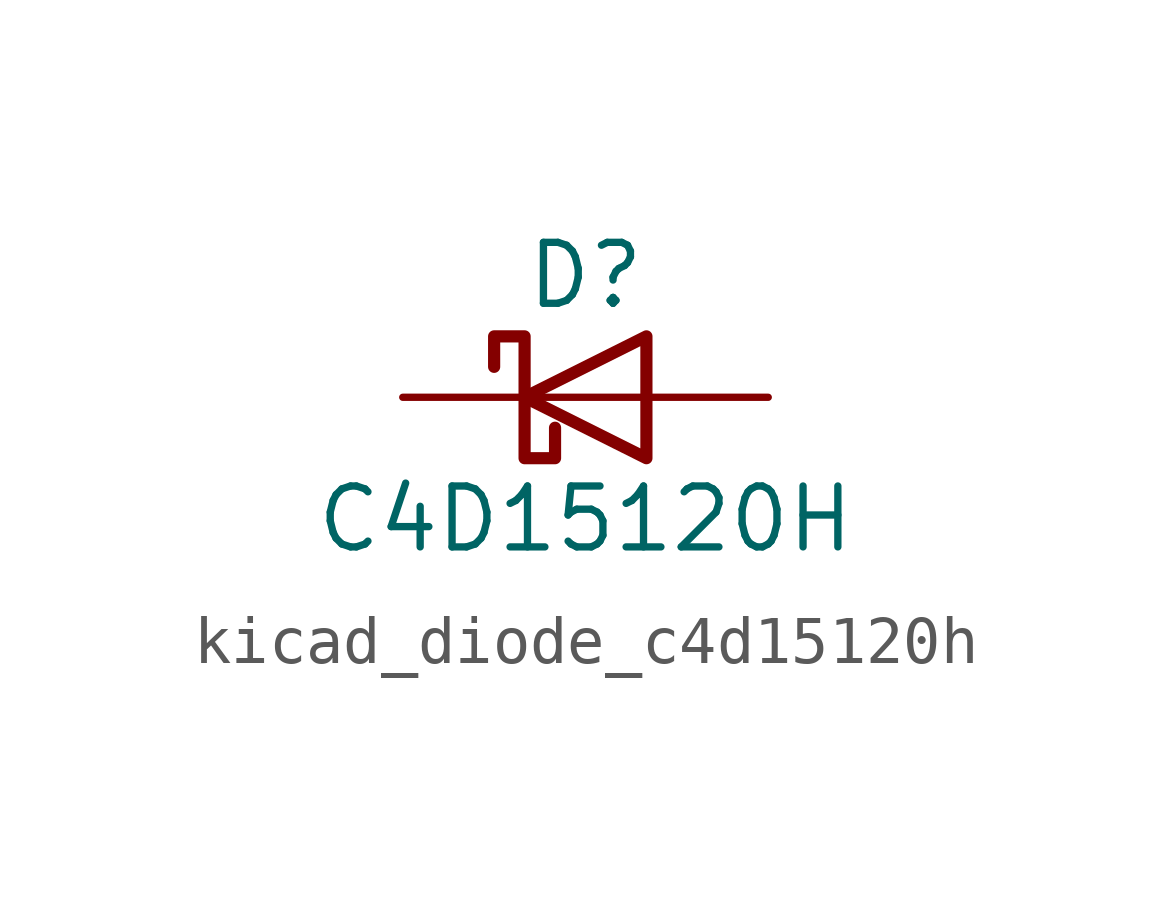
<source format=kicad_sym>
(kicad_symbol_lib
  (version 20220914)
  (generator kicad_symbol_editor)
  (symbol "kicad_diode_c4d15120h"
    (pin_numbers hide)
    (pin_names
      (offset 1.016) hide)
    (property "Reference" "D"
      (at 0 2.54 0)
      (effects (font (size 1.27 1.27))))
    (property "Value" "C4D15120H"
      (at 0 -2.54 0)
      (effects (font (size 1.27 1.27))))
    (symbol "kicad_diode_c4d15120h_0_1"
      (polyline (pts (xy 1.27 0) (xy -1.27 0)) (stroke (width 0) (type default)) (fill (type none)))
      (polyline (pts (xy 1.27 1.27) (xy 1.27 -1.27) (xy -1.27 0) (xy 1.27 1.27)) (stroke (width 0.254) (type default)) (fill (type none)))
      (polyline (pts (xy -1.905 0.635) (xy -1.905 1.27) (xy -1.27 1.27) (xy -1.27 -1.27) (xy -0.635 -1.27) (xy -0.635 -0.635)) (stroke (width 0.254) (type default)) (fill (type none))))
    (symbol "kicad_diode_c4d15120h_1_1"
      (pin passive line (at -3.81 0 0) (length 2.54) (name "K" (effects (font (size 1.27 1.27)))) (number "1" (effects (font (size 1.27 1.27)))))
      (pin passive line (at 3.81 0 180) (length 2.54) (name "A" (effects (font (size 1.27 1.27)))) (number "2" (effects (font (size 1.27 1.27))))))))
</source>
